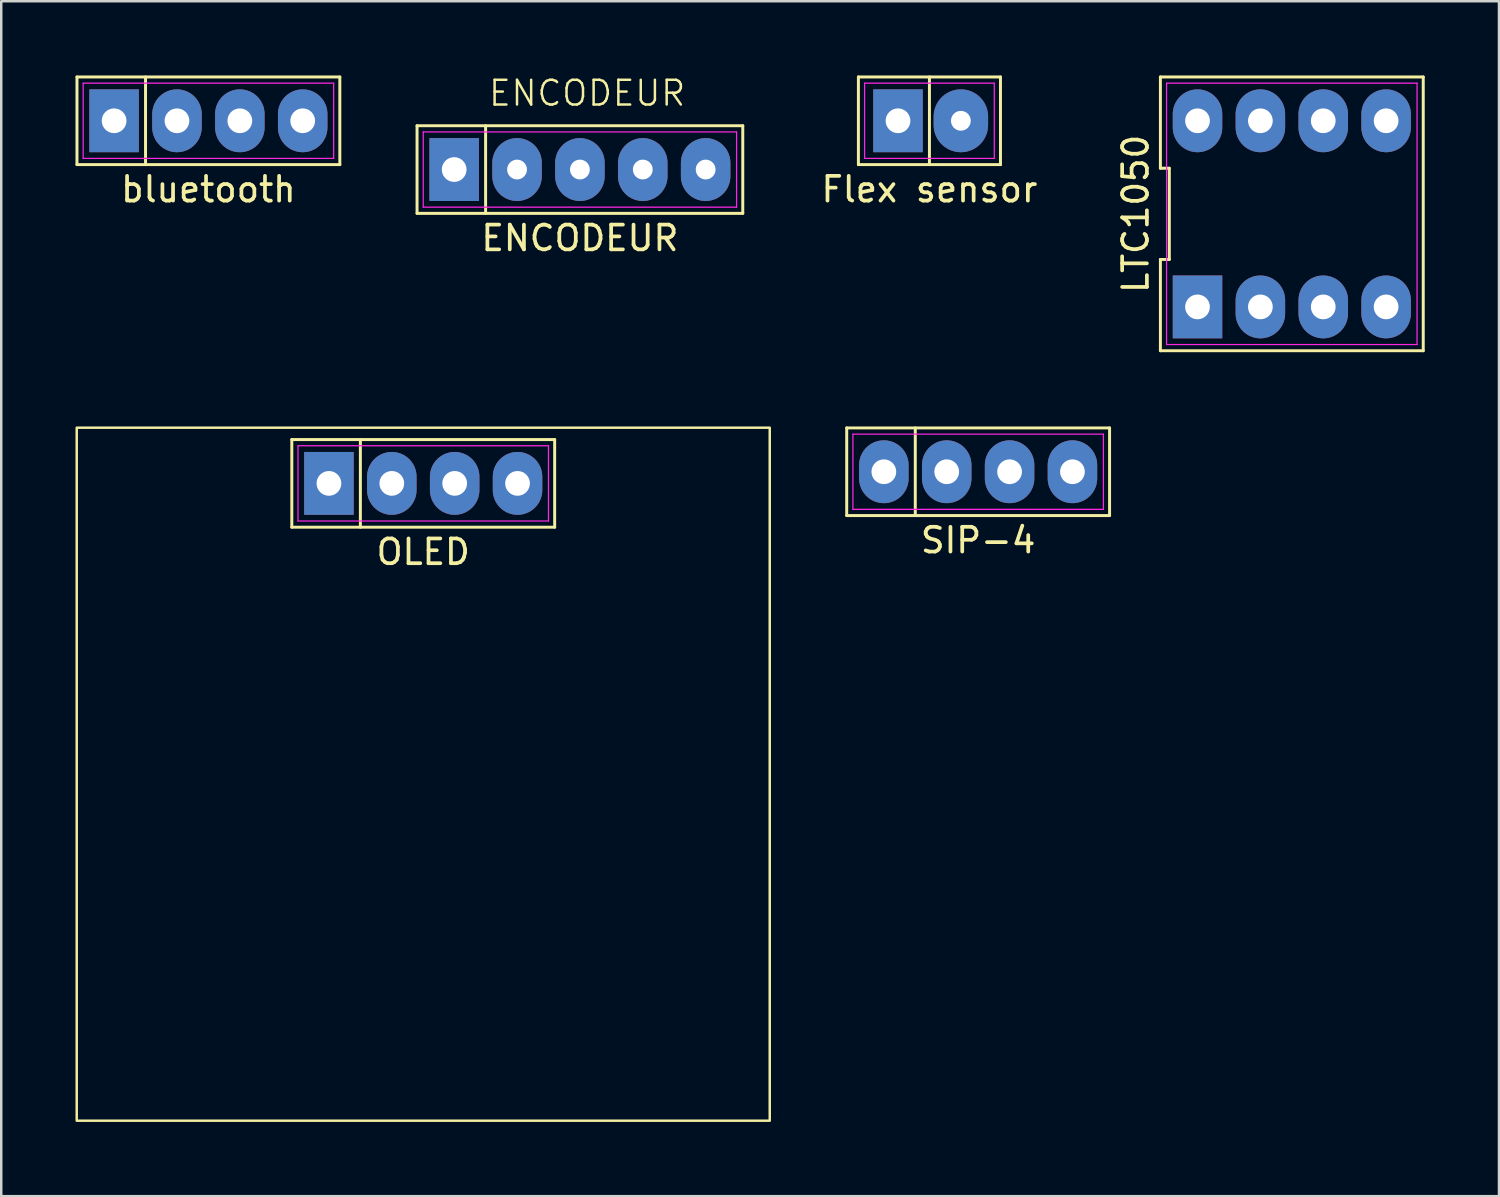
<source format=kicad_pcb>
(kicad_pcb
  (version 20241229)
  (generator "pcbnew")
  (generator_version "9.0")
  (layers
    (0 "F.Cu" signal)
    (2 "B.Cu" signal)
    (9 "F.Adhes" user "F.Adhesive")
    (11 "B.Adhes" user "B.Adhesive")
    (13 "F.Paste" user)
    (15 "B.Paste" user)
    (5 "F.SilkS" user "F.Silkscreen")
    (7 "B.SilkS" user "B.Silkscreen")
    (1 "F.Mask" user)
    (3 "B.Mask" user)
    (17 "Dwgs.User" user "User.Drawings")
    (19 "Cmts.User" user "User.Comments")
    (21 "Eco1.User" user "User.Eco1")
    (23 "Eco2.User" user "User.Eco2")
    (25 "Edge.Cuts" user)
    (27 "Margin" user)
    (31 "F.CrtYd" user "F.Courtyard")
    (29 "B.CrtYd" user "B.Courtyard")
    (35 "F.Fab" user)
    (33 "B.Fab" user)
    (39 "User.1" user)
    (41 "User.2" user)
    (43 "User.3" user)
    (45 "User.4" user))
  (footprint "OLED"
    (layer "F.Cu")
    (at 14.05 16.48)
    (property "Reference" "OLED" (at 0 2.77 0) (layer "F.SilkS") (effects (font (size 1 1) (thickness 0.15))))
    (attr through_hole)
    (fp_line (start -5.31 -1.77) (end 5.31 -1.77) (stroke (width 0.12) (type default)) (layer "F.SilkS"))
    (fp_line (start -5.31 1.77) (end -5.31 -1.77) (stroke (width 0.12) (type default)) (layer "F.SilkS"))
    (fp_line (start -2.54 -1.77) (end -2.54 1.77) (stroke (width 0.12) (type default)) (layer "F.SilkS"))
    (fp_line (start 5.31 -1.77) (end 5.31 1.77) (stroke (width 0.12) (type default)) (layer "F.SilkS"))
    (fp_line (start 5.31 1.77) (end -5.31 1.77) (stroke (width 0.12) (type default)) (layer "F.SilkS"))
    (fp_rect (start -14 -2.25) (end 14 25.75) (stroke (width 0.1) (type solid)) (fill no) (layer "F.SilkS"))
    (fp_line (start -5.06 -1.52) (end 5.06 -1.52) (stroke (width 0.05) (type default)) (layer "F.CrtYd"))
    (fp_line (start -5.06 1.52) (end -5.06 -1.52) (stroke (width 0.05) (type default)) (layer "F.CrtYd"))
    (fp_line (start 5.06 -1.52) (end 5.06 1.52) (stroke (width 0.05) (type default)) (layer "F.CrtYd"))
    (fp_line (start 5.06 1.52) (end -5.06 1.52) (stroke (width 0.05) (type default)) (layer "F.CrtYd"))
    (pad "1" thru_hole rect (at -3.81 0) (size 2 2.54) (drill 1) (layers "*.Cu" "*.Mask"))
    (pad "2" thru_hole oval (at -1.27 0) (size 2 2.54) (drill 1) (layers "*.Cu" "*.Mask"))
    (pad "3" thru_hole oval (at 1.27 0) (size 2 2.54) (drill 1) (layers "*.Cu" "*.Mask"))
    (pad "4" thru_hole oval (at 3.81 0) (size 2 2.54) (drill 1) (layers "*.Cu" "*.Mask")))
  (footprint "bluetooth"
    (layer "F.Cu")
    (at 5.37 1.83)
    (property "Reference" "bluetooth" (at 0 2.77 0) (layer "F.SilkS") (effects (font (size 1 1) (thickness 0.15))))
    (attr through_hole)
    (fp_line (start -5.31 -1.77) (end 5.31 -1.77) (stroke (width 0.12) (type default)) (layer "F.SilkS"))
    (fp_line (start -5.31 1.77) (end -5.31 -1.77) (stroke (width 0.12) (type default)) (layer "F.SilkS"))
    (fp_line (start -2.54 -1.77) (end -2.54 1.77) (stroke (width 0.12) (type default)) (layer "F.SilkS"))
    (fp_line (start 5.31 -1.77) (end 5.31 1.77) (stroke (width 0.12) (type default)) (layer "F.SilkS"))
    (fp_line (start 5.31 1.77) (end -5.31 1.77) (stroke (width 0.12) (type default)) (layer "F.SilkS"))
    (fp_line (start -5.06 -1.52) (end 5.06 -1.52) (stroke (width 0.05) (type default)) (layer "F.CrtYd"))
    (fp_line (start -5.06 1.52) (end -5.06 -1.52) (stroke (width 0.05) (type default)) (layer "F.CrtYd"))
    (fp_line (start 5.06 -1.52) (end 5.06 1.52) (stroke (width 0.05) (type default)) (layer "F.CrtYd"))
    (fp_line (start 5.06 1.52) (end -5.06 1.52) (stroke (width 0.05) (type default)) (layer "F.CrtYd"))
    (pad "1" thru_hole rect (at -3.81 0) (size 2 2.54) (drill 1) (layers "*.Cu" "*.Mask"))
    (pad "2" thru_hole oval (at -1.27 0) (size 2 2.54) (drill 1) (layers "*.Cu" "*.Mask"))
    (pad "3" thru_hole oval (at 1.27 0) (size 2 2.54) (drill 1) (layers "*.Cu" "*.Mask"))
    (pad "4" thru_hole oval (at 3.81 0) (size 2 2.54) (drill 1) (layers "*.Cu" "*.Mask")))
  (footprint "LTC1050"
    (layer "F.Cu")
    (at 49.143 5.59)
    (property "Reference" "LTC1050" (at -6.31 0 90) (layer "F.SilkS") (effects (font (size 1 1) (thickness 0.15))))
    (attr through_hole)
    (fp_line (start -5.31 -5.53) (end -5.31 -1.843) (stroke (width 0.12) (type default)) (layer "F.SilkS"))
    (fp_line (start -5.31 -1.843) (end -4.95 -1.843) (stroke (width 0.12) (type default)) (layer "F.SilkS"))
    (fp_line (start -5.31 1.843) (end -5.31 5.53) (stroke (width 0.12) (type default)) (layer "F.SilkS"))
    (fp_line (start -5.31 5.53) (end 5.31 5.53) (stroke (width 0.12) (type default)) (layer "F.SilkS"))
    (fp_line (start -4.95 -1.843) (end -4.95 1.843) (stroke (width 0.12) (type default)) (layer "F.SilkS"))
    (fp_line (start -4.95 1.843) (end -5.31 1.843) (stroke (width 0.12) (type default)) (layer "F.SilkS"))
    (fp_line (start 5.31 -5.53) (end -5.31 -5.53) (stroke (width 0.12) (type default)) (layer "F.SilkS"))
    (fp_line (start 5.31 5.53) (end 5.31 -5.53) (stroke (width 0.12) (type default)) (layer "F.SilkS"))
    (fp_line (start -5.06 -5.28) (end 5.06 -5.28) (stroke (width 0.05) (type default)) (layer "F.CrtYd"))
    (fp_line (start -5.06 5.28) (end -5.06 -5.28) (stroke (width 0.05) (type default)) (layer "F.CrtYd"))
    (fp_line (start 5.06 -5.28) (end 5.06 5.28) (stroke (width 0.05) (type default)) (layer "F.CrtYd"))
    (fp_line (start 5.06 5.28) (end -5.06 5.28) (stroke (width 0.05) (type default)) (layer "F.CrtYd"))
    (pad "1" thru_hole rect (at -3.81 3.76) (size 2 2.54) (drill 1) (layers "*.Cu" "*.Mask"))
    (pad "2" thru_hole oval (at -1.27 3.76) (size 2 2.54) (drill 1) (layers "*.Cu" "*.Mask"))
    (pad "3" thru_hole oval (at 1.27 3.76) (size 2 2.54) (drill 1) (layers "*.Cu" "*.Mask"))
    (pad "4" thru_hole oval (at 3.81 3.76) (size 2 2.54) (drill 1) (layers "*.Cu" "*.Mask"))
    (pad "5" thru_hole oval (at 3.81 -3.76) (size 2 2.54) (drill 1) (layers "*.Cu" "*.Mask"))
    (pad "6" thru_hole oval (at 1.27 -3.76) (size 2 2.54) (drill 1) (layers "*.Cu" "*.Mask"))
    (pad "7" thru_hole oval (at -1.27 -3.76) (size 2 2.54) (drill 1) (layers "*.Cu" "*.Mask"))
    (pad "8" thru_hole oval (at -3.81 -3.76) (size 2 2.54) (drill 1) (layers "*.Cu" "*.Mask")))
  (footprint "SIP-4"
    (layer "F.Cu")
    (at 36.47 16.01)
    (property "Reference" "SIP-4" (at 0 2.77 0) (layer "F.SilkS") (effects (font (size 1 1) (thickness 0.15))))
    (attr through_hole)
    (fp_line (start -5.31 -1.77) (end 5.31 -1.77) (stroke (width 0.12) (type default)) (layer "F.SilkS"))
    (fp_line (start -5.31 1.77) (end -5.31 -1.77) (stroke (width 0.12) (type default)) (layer "F.SilkS"))
    (fp_line (start -2.54 -1.77) (end -2.54 1.77) (stroke (width 0.12) (type default)) (layer "F.SilkS"))
    (fp_line (start 5.31 -1.77) (end 5.31 1.77) (stroke (width 0.12) (type default)) (layer "F.SilkS"))
    (fp_line (start 5.31 1.77) (end -5.31 1.77) (stroke (width 0.12) (type default)) (layer "F.SilkS"))
    (fp_line (start -5.06 -1.52) (end 5.06 -1.52) (stroke (width 0.05) (type default)) (layer "F.CrtYd"))
    (fp_line (start -5.06 1.52) (end -5.06 -1.52) (stroke (width 0.05) (type default)) (layer "F.CrtYd"))
    (fp_line (start 5.06 -1.52) (end 5.06 1.52) (stroke (width 0.05) (type default)) (layer "F.CrtYd"))
    (fp_line (start 5.06 1.52) (end -5.06 1.52) (stroke (width 0.05) (type default)) (layer "F.CrtYd"))
    (pad "1" thru_hole oval (at -3.81 0) (size 2 2.54) (drill 1) (layers "*.Cu" "*.Mask"))
    (pad "2" thru_hole oval (at -1.27 0) (size 2 2.54) (drill 1) (layers "*.Cu" "*.Mask"))
    (pad "3" thru_hole oval (at 1.27 0) (size 2 2.54) (drill 1) (layers "*.Cu" "*.Mask"))
    (pad "4" thru_hole oval (at 3.81 0) (size 2 2.54) (drill 1) (layers "*.Cu" "*.Mask")))
  (footprint "Flex sensor"
    (layer "F.Cu")
    (at 34.502 1.83)
    (property "Reference" "Flex sensor" (at 0 2.77 0) (layer "F.SilkS") (effects (font (size 1 1) (thickness 0.15))))
    (attr through_hole)
    (fp_line (start -2.87 -1.77) (end 2.87 -1.77) (stroke (width 0.12) (type default)) (layer "F.SilkS"))
    (fp_line (start -2.87 1.77) (end -2.87 -1.77) (stroke (width 0.12) (type default)) (layer "F.SilkS"))
    (fp_line (start 0 -1.77) (end 0 1.77) (stroke (width 0.12) (type default)) (layer "F.SilkS"))
    (fp_line (start 2.87 -1.77) (end 2.87 1.77) (stroke (width 0.12) (type default)) (layer "F.SilkS"))
    (fp_line (start 2.87 1.77) (end -2.87 1.77) (stroke (width 0.12) (type default)) (layer "F.SilkS"))
    (fp_line (start -2.62 -1.52) (end 2.62 -1.52) (stroke (width 0.05) (type default)) (layer "F.CrtYd"))
    (fp_line (start -2.62 1.52) (end -2.62 -1.52) (stroke (width 0.05) (type default)) (layer "F.CrtYd"))
    (fp_line (start 2.62 -1.52) (end 2.62 1.52) (stroke (width 0.05) (type default)) (layer "F.CrtYd"))
    (fp_line (start 2.62 1.52) (end -2.62 1.52) (stroke (width 0.05) (type default)) (layer "F.CrtYd"))
    (pad "1" thru_hole rect (at -1.27 0) (size 2 2.54) (drill 1) (layers "*.Cu" "*.Mask"))
    (pad "2" thru_hole oval (at 1.27 0) (size 2.2 2.54) (drill 0.8) (layers "*.Cu" "*.Mask")))
  (footprint "ENCODEUR"
    (layer "F.Cu")
    (at 20.38 3.8)
    (property "Reference" "ENCODEUR" (at 0 2.77 0) (layer "F.SilkS") (effects (font (size 1 1) (thickness 0.15))))
    (attr through_hole)
    (fp_line (start -6.58 -1.77) (end 6.58 -1.77) (stroke (width 0.12) (type default)) (layer "F.SilkS"))
    (fp_line (start -6.58 1.77) (end -6.58 -1.77) (stroke (width 0.12) (type default)) (layer "F.SilkS"))
    (fp_line (start -3.81 -1.77) (end -3.81 1.77) (stroke (width 0.12) (type default)) (layer "F.SilkS"))
    (fp_line (start 6.58 -1.77) (end 6.58 1.77) (stroke (width 0.12) (type default)) (layer "F.SilkS"))
    (fp_line (start 6.58 1.77) (end -6.58 1.77) (stroke (width 0.12) (type default)) (layer "F.SilkS"))
    (fp_line (start -6.33 -1.52) (end 6.33 -1.52) (stroke (width 0.05) (type default)) (layer "F.CrtYd"))
    (fp_line (start -6.33 1.52) (end -6.33 -1.52) (stroke (width 0.05) (type default)) (layer "F.CrtYd"))
    (fp_line (start 6.33 -1.52) (end 6.33 1.52) (stroke (width 0.05) (type default)) (layer "F.CrtYd"))
    (fp_line (start 6.33 1.52) (end -6.33 1.52) (stroke (width 0.05) (type default)) (layer "F.CrtYd"))
    (fp_text user "ENCODEUR" (at -3.75 -2.5 0) (unlocked yes) (layer "F.SilkS") (effects (font (size 1 1) (thickness 0.1)) (justify left bottom)))
    (pad "1" thru_hole rect (at -5.08 0) (size 2 2.54) (drill 1) (layers "*.Cu" "*.Mask"))
    (pad "2" thru_hole oval (at -2.54 0) (size 2 2.54) (drill 0.8) (layers "*.Cu" "*.Mask"))
    (pad "3" thru_hole oval (at 0 0) (size 2 2.54) (drill 0.8) (layers "*.Cu" "*.Mask"))
    (pad "4" thru_hole oval (at 2.54 0) (size 2 2.54) (drill 0.8) (layers "*.Cu" "*.Mask"))
    (pad "5" thru_hole oval (at 5.08 0) (size 2 2.54) (drill 0.8) (layers "*.Cu" "*.Mask")))
  (gr_rect
    (start -3 -3)
    (end 57.513 45.28)
    (stroke (width 0.1) (type default))
    (fill no)
    (layer "Edge.Cuts")))
</source>
